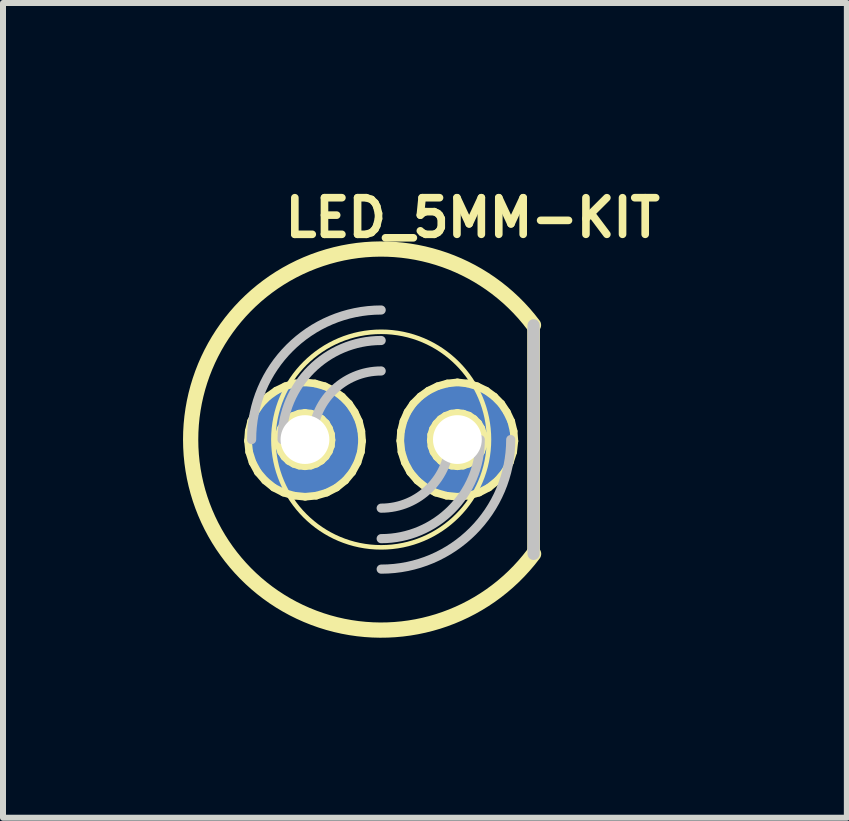
<source format=kicad_pcb>
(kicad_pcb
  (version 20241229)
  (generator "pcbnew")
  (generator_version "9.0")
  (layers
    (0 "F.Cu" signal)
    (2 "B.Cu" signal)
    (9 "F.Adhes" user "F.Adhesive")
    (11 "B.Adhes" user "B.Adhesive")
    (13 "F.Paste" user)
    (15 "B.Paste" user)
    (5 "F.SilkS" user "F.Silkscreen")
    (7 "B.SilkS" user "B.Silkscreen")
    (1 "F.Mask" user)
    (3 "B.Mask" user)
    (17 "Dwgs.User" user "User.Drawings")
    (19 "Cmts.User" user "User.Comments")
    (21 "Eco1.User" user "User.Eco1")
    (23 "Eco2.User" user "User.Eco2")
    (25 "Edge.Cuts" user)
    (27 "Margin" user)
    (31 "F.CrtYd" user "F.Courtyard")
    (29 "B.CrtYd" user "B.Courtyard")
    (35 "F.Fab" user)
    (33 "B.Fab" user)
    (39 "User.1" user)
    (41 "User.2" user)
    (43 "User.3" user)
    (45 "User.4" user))
  (footprint "LED_5MM-KIT"
    (layer "F.Cu")
    (at 3.302 4.275)
    (property "Reference" "LED_5MM-KIT" (at 1.524 -3.696 0) (layer "F.SilkS") (effects (font (size 0.61 0.61) (thickness 0.127))))
    (attr exclude_from_pos_files exclude_from_bom)
    (fp_line (start -2.22 0.02) (end -2.207 -0.142) (stroke (width 0.127) (type solid)) (layer "F.SilkS"))
    (fp_line (start -2.207 -0.142) (end -2.167 -0.307) (stroke (width 0.127) (type solid)) (layer "F.SilkS"))
    (fp_line (start -2.2 0.206) (end -2.22 0.02) (stroke (width 0.127) (type solid)) (layer "F.SilkS"))
    (fp_line (start -2.167 -0.307) (end -2.098 -0.46) (stroke (width 0.127) (type solid)) (layer "F.SilkS"))
    (fp_line (start -2.144 0.381) (end -2.2 0.206) (stroke (width 0.127) (type solid)) (layer "F.SilkS"))
    (fp_line (start -2.098 -0.46) (end -2.004 -0.599) (stroke (width 0.127) (type solid)) (layer "F.SilkS"))
    (fp_line (start -2.055 0.544) (end -2.144 0.381) (stroke (width 0.127) (type solid)) (layer "F.SilkS"))
    (fp_line (start -2.004 -0.599) (end -1.885 -0.719) (stroke (width 0.127) (type solid)) (layer "F.SilkS"))
    (fp_line (start -1.935 0.683) (end -2.055 0.544) (stroke (width 0.127) (type solid)) (layer "F.SilkS"))
    (fp_line (start -1.885 -0.719) (end -1.75 -0.815) (stroke (width 0.127) (type solid)) (layer "F.SilkS"))
    (fp_line (start -1.791 0.8) (end -1.935 0.683) (stroke (width 0.127) (type solid)) (layer "F.SilkS"))
    (fp_line (start -1.75 -0.815) (end -1.598 -0.889) (stroke (width 0.127) (type solid)) (layer "F.SilkS"))
    (fp_line (start -1.714 0.018) (end -1.704 -0.081) (stroke (width 0.127) (type solid)) (layer "F.SilkS"))
    (fp_line (start -1.704 -0.081) (end -1.674 -0.178) (stroke (width 0.127) (type solid)) (layer "F.SilkS"))
    (fp_line (start -1.699 0.114) (end -1.714 0.018) (stroke (width 0.127) (type solid)) (layer "F.SilkS"))
    (fp_line (start -1.674 -0.178) (end -1.621 -0.264) (stroke (width 0.127) (type solid)) (layer "F.SilkS"))
    (fp_line (start -1.666 0.206) (end -1.699 0.114) (stroke (width 0.127) (type solid)) (layer "F.SilkS"))
    (fp_line (start -1.628 0.884) (end -1.791 0.8) (stroke (width 0.127) (type solid)) (layer "F.SilkS"))
    (fp_line (start -1.621 -0.264) (end -1.549 -0.34) (stroke (width 0.127) (type solid)) (layer "F.SilkS"))
    (fp_line (start -1.613 0.287) (end -1.666 0.206) (stroke (width 0.127) (type solid)) (layer "F.SilkS"))
    (fp_line (start -1.598 -0.889) (end -1.435 -0.935) (stroke (width 0.127) (type solid)) (layer "F.SilkS"))
    (fp_line (start -1.549 -0.34) (end -1.466 -0.396) (stroke (width 0.127) (type solid)) (layer "F.SilkS"))
    (fp_line (start -1.542 0.356) (end -1.613 0.287) (stroke (width 0.127) (type solid)) (layer "F.SilkS"))
    (fp_line (start -1.466 -0.396) (end -1.369 -0.432) (stroke (width 0.127) (type solid)) (layer "F.SilkS"))
    (fp_line (start -1.458 0.404) (end -1.542 0.356) (stroke (width 0.127) (type solid)) (layer "F.SilkS"))
    (fp_line (start -1.45 0.935) (end -1.628 0.884) (stroke (width 0.127) (type solid)) (layer "F.SilkS"))
    (fp_line (start -1.435 -0.935) (end -1.27 -0.953) (stroke (width 0.127) (type solid)) (layer "F.SilkS"))
    (fp_line (start -1.369 -0.432) (end -1.27 -0.445) (stroke (width 0.127) (type solid)) (layer "F.SilkS"))
    (fp_line (start -1.367 0.434) (end -1.458 0.404) (stroke (width 0.127) (type solid)) (layer "F.SilkS"))
    (fp_line (start -1.27 -0.953) (end -1.102 -0.935) (stroke (width 0.127) (type solid)) (layer "F.SilkS"))
    (fp_line (start -1.27 -0.445) (end -1.168 -0.432) (stroke (width 0.127) (type solid)) (layer "F.SilkS"))
    (fp_line (start -1.27 0.445) (end -1.367 0.434) (stroke (width 0.127) (type solid)) (layer "F.SilkS"))
    (fp_line (start -1.267 0.953) (end -1.45 0.935) (stroke (width 0.127) (type solid)) (layer "F.SilkS"))
    (fp_line (start -1.171 0.434) (end -1.27 0.445) (stroke (width 0.127) (type solid)) (layer "F.SilkS"))
    (fp_line (start -1.168 -0.432) (end -1.074 -0.399) (stroke (width 0.127) (type solid)) (layer "F.SilkS"))
    (fp_line (start -1.102 -0.935) (end -0.94 -0.889) (stroke (width 0.127) (type solid)) (layer "F.SilkS"))
    (fp_line (start -1.082 0.935) (end -1.267 0.953) (stroke (width 0.127) (type solid)) (layer "F.SilkS"))
    (fp_line (start -1.079 0.401) (end -1.171 0.434) (stroke (width 0.127) (type solid)) (layer "F.SilkS"))
    (fp_line (start -1.074 -0.399) (end -0.991 -0.343) (stroke (width 0.127) (type solid)) (layer "F.SilkS"))
    (fp_line (start -0.996 0.351) (end -1.079 0.401) (stroke (width 0.127) (type solid)) (layer "F.SilkS"))
    (fp_line (start -0.991 -0.343) (end -0.919 -0.272) (stroke (width 0.127) (type solid)) (layer "F.SilkS"))
    (fp_line (start -0.94 -0.889) (end -0.787 -0.815) (stroke (width 0.127) (type solid)) (layer "F.SilkS"))
    (fp_line (start -0.925 0.282) (end -0.996 0.351) (stroke (width 0.127) (type solid)) (layer "F.SilkS"))
    (fp_line (start -0.919 -0.272) (end -0.869 -0.185) (stroke (width 0.127) (type solid)) (layer "F.SilkS"))
    (fp_line (start -0.907 0.884) (end -1.082 0.935) (stroke (width 0.127) (type solid)) (layer "F.SilkS"))
    (fp_line (start -0.871 0.198) (end -0.925 0.282) (stroke (width 0.127) (type solid)) (layer "F.SilkS"))
    (fp_line (start -0.869 -0.185) (end -0.836 -0.089) (stroke (width 0.127) (type solid)) (layer "F.SilkS"))
    (fp_line (start -0.838 0.107) (end -0.871 0.198) (stroke (width 0.127) (type solid)) (layer "F.SilkS"))
    (fp_line (start -0.836 -0.089) (end -0.828 0.008) (stroke (width 0.127) (type solid)) (layer "F.SilkS"))
    (fp_line (start -0.828 0.008) (end -0.838 0.107) (stroke (width 0.127) (type solid)) (layer "F.SilkS"))
    (fp_line (start -0.787 -0.815) (end -0.653 -0.716) (stroke (width 0.127) (type solid)) (layer "F.SilkS"))
    (fp_line (start -0.744 0.8) (end -0.907 0.884) (stroke (width 0.127) (type solid)) (layer "F.SilkS"))
    (fp_line (start -0.653 -0.716) (end -0.536 -0.597) (stroke (width 0.127) (type solid)) (layer "F.SilkS"))
    (fp_line (start -0.599 0.683) (end -0.744 0.8) (stroke (width 0.127) (type solid)) (layer "F.SilkS"))
    (fp_line (start -0.536 -0.597) (end -0.442 -0.457) (stroke (width 0.127) (type solid)) (layer "F.SilkS"))
    (fp_line (start -0.483 0.544) (end -0.599 0.683) (stroke (width 0.127) (type solid)) (layer "F.SilkS"))
    (fp_line (start -0.442 -0.457) (end -0.371 -0.305) (stroke (width 0.127) (type solid)) (layer "F.SilkS"))
    (fp_line (start -0.394 0.381) (end -0.483 0.544) (stroke (width 0.127) (type solid)) (layer "F.SilkS"))
    (fp_line (start -0.371 -0.305) (end -0.33 -0.14) (stroke (width 0.127) (type solid)) (layer "F.SilkS"))
    (fp_line (start -0.338 0.206) (end -0.394 0.381) (stroke (width 0.127) (type solid)) (layer "F.SilkS"))
    (fp_line (start -0.33 -0.14) (end -0.318 0.025) (stroke (width 0.127) (type solid)) (layer "F.SilkS"))
    (fp_line (start -0.318 0.025) (end -0.338 0.206) (stroke (width 0.127) (type solid)) (layer "F.SilkS"))
    (fp_line (start 0.318 0.02) (end 0.33 -0.142) (stroke (width 0.127) (type solid)) (layer "F.SilkS"))
    (fp_line (start 0.33 -0.142) (end 0.371 -0.307) (stroke (width 0.127) (type solid)) (layer "F.SilkS"))
    (fp_line (start 0.338 0.206) (end 0.318 0.02) (stroke (width 0.127) (type solid)) (layer "F.SilkS"))
    (fp_line (start 0.371 -0.307) (end 0.439 -0.46) (stroke (width 0.127) (type solid)) (layer "F.SilkS"))
    (fp_line (start 0.394 0.381) (end 0.338 0.206) (stroke (width 0.127) (type solid)) (layer "F.SilkS"))
    (fp_line (start 0.439 -0.46) (end 0.533 -0.599) (stroke (width 0.127) (type solid)) (layer "F.SilkS"))
    (fp_line (start 0.483 0.544) (end 0.394 0.381) (stroke (width 0.127) (type solid)) (layer "F.SilkS"))
    (fp_line (start 0.533 -0.599) (end 0.653 -0.719) (stroke (width 0.127) (type solid)) (layer "F.SilkS"))
    (fp_line (start 0.602 0.683) (end 0.483 0.544) (stroke (width 0.127) (type solid)) (layer "F.SilkS"))
    (fp_line (start 0.653 -0.719) (end 0.787 -0.815) (stroke (width 0.127) (type solid)) (layer "F.SilkS"))
    (fp_line (start 0.747 0.8) (end 0.602 0.683) (stroke (width 0.127) (type solid)) (layer "F.SilkS"))
    (fp_line (start 0.787 -0.815) (end 0.94 -0.889) (stroke (width 0.127) (type solid)) (layer "F.SilkS"))
    (fp_line (start 0.826 0.018) (end 0.833 -0.081) (stroke (width 0.127) (type solid)) (layer "F.SilkS"))
    (fp_line (start 0.833 -0.081) (end 0.864 -0.178) (stroke (width 0.127) (type solid)) (layer "F.SilkS"))
    (fp_line (start 0.838 0.114) (end 0.826 0.018) (stroke (width 0.127) (type solid)) (layer "F.SilkS"))
    (fp_line (start 0.864 -0.178) (end 0.917 -0.264) (stroke (width 0.127) (type solid)) (layer "F.SilkS"))
    (fp_line (start 0.871 0.206) (end 0.838 0.114) (stroke (width 0.127) (type solid)) (layer "F.SilkS"))
    (fp_line (start 0.909 0.884) (end 0.747 0.8) (stroke (width 0.127) (type solid)) (layer "F.SilkS"))
    (fp_line (start 0.917 -0.264) (end 0.988 -0.34) (stroke (width 0.127) (type solid)) (layer "F.SilkS"))
    (fp_line (start 0.925 0.287) (end 0.871 0.206) (stroke (width 0.127) (type solid)) (layer "F.SilkS"))
    (fp_line (start 0.94 -0.889) (end 1.102 -0.935) (stroke (width 0.127) (type solid)) (layer "F.SilkS"))
    (fp_line (start 0.988 -0.34) (end 1.072 -0.396) (stroke (width 0.127) (type solid)) (layer "F.SilkS"))
    (fp_line (start 0.996 0.356) (end 0.925 0.287) (stroke (width 0.127) (type solid)) (layer "F.SilkS"))
    (fp_line (start 1.072 -0.396) (end 1.168 -0.432) (stroke (width 0.127) (type solid)) (layer "F.SilkS"))
    (fp_line (start 1.079 0.404) (end 0.996 0.356) (stroke (width 0.127) (type solid)) (layer "F.SilkS"))
    (fp_line (start 1.087 0.935) (end 0.909 0.884) (stroke (width 0.127) (type solid)) (layer "F.SilkS"))
    (fp_line (start 1.102 -0.935) (end 1.27 -0.953) (stroke (width 0.127) (type solid)) (layer "F.SilkS"))
    (fp_line (start 1.168 -0.432) (end 1.27 -0.445) (stroke (width 0.127) (type solid)) (layer "F.SilkS"))
    (fp_line (start 1.171 0.434) (end 1.079 0.404) (stroke (width 0.127) (type solid)) (layer "F.SilkS"))
    (fp_line (start 1.27 -0.953) (end 1.435 -0.935) (stroke (width 0.127) (type solid)) (layer "F.SilkS"))
    (fp_line (start 1.27 -0.445) (end 1.369 -0.432) (stroke (width 0.127) (type solid)) (layer "F.SilkS"))
    (fp_line (start 1.27 0.445) (end 1.171 0.434) (stroke (width 0.127) (type solid)) (layer "F.SilkS"))
    (fp_line (start 1.27 0.953) (end 1.087 0.935) (stroke (width 0.127) (type solid)) (layer "F.SilkS"))
    (fp_line (start 1.367 0.434) (end 1.27 0.445) (stroke (width 0.127) (type solid)) (layer "F.SilkS"))
    (fp_line (start 1.369 -0.432) (end 1.463 -0.399) (stroke (width 0.127) (type solid)) (layer "F.SilkS"))
    (fp_line (start 1.435 -0.935) (end 1.598 -0.889) (stroke (width 0.127) (type solid)) (layer "F.SilkS"))
    (fp_line (start 1.455 0.935) (end 1.27 0.953) (stroke (width 0.127) (type solid)) (layer "F.SilkS"))
    (fp_line (start 1.458 0.401) (end 1.367 0.434) (stroke (width 0.127) (type solid)) (layer "F.SilkS"))
    (fp_line (start 1.463 -0.399) (end 1.547 -0.343) (stroke (width 0.127) (type solid)) (layer "F.SilkS"))
    (fp_line (start 1.542 0.351) (end 1.458 0.401) (stroke (width 0.127) (type solid)) (layer "F.SilkS"))
    (fp_line (start 1.547 -0.343) (end 1.618 -0.272) (stroke (width 0.127) (type solid)) (layer "F.SilkS"))
    (fp_line (start 1.598 -0.889) (end 1.75 -0.815) (stroke (width 0.127) (type solid)) (layer "F.SilkS"))
    (fp_line (start 1.613 0.282) (end 1.542 0.351) (stroke (width 0.127) (type solid)) (layer "F.SilkS"))
    (fp_line (start 1.618 -0.272) (end 1.669 -0.185) (stroke (width 0.127) (type solid)) (layer "F.SilkS"))
    (fp_line (start 1.631 0.884) (end 1.455 0.935) (stroke (width 0.127) (type solid)) (layer "F.SilkS"))
    (fp_line (start 1.666 0.198) (end 1.613 0.282) (stroke (width 0.127) (type solid)) (layer "F.SilkS"))
    (fp_line (start 1.669 -0.185) (end 1.702 -0.089) (stroke (width 0.127) (type solid)) (layer "F.SilkS"))
    (fp_line (start 1.699 0.107) (end 1.666 0.198) (stroke (width 0.127) (type solid)) (layer "F.SilkS"))
    (fp_line (start 1.702 -0.089) (end 1.709 0.008) (stroke (width 0.127) (type solid)) (layer "F.SilkS"))
    (fp_line (start 1.709 0.008) (end 1.699 0.107) (stroke (width 0.127) (type solid)) (layer "F.SilkS"))
    (fp_line (start 1.75 -0.815) (end 1.885 -0.716) (stroke (width 0.127) (type solid)) (layer "F.SilkS"))
    (fp_line (start 1.793 0.8) (end 1.631 0.884) (stroke (width 0.127) (type solid)) (layer "F.SilkS"))
    (fp_line (start 1.885 -0.716) (end 2.002 -0.597) (stroke (width 0.127) (type solid)) (layer "F.SilkS"))
    (fp_line (start 1.938 0.683) (end 1.793 0.8) (stroke (width 0.127) (type solid)) (layer "F.SilkS"))
    (fp_line (start 2.002 -0.597) (end 2.095 -0.457) (stroke (width 0.127) (type solid)) (layer "F.SilkS"))
    (fp_line (start 2.055 0.544) (end 1.938 0.683) (stroke (width 0.127) (type solid)) (layer "F.SilkS"))
    (fp_line (start 2.095 -0.457) (end 2.167 -0.305) (stroke (width 0.127) (type solid)) (layer "F.SilkS"))
    (fp_line (start 2.144 0.381) (end 2.055 0.544) (stroke (width 0.127) (type solid)) (layer "F.SilkS"))
    (fp_line (start 2.167 -0.305) (end 2.207 -0.14) (stroke (width 0.127) (type solid)) (layer "F.SilkS"))
    (fp_line (start 2.2 0.206) (end 2.144 0.381) (stroke (width 0.127) (type solid)) (layer "F.SilkS"))
    (fp_line (start 2.207 -0.14) (end 2.22 0.025) (stroke (width 0.127) (type solid)) (layer "F.SilkS"))
    (fp_line (start 2.22 0.025) (end 2.2 0.206) (stroke (width 0.127) (type solid)) (layer "F.SilkS"))
    (fp_line (start 2.54 1.905) (end 2.54 -1.905) (stroke (width 0.203) (type solid)) (layer "F.SilkS"))
    (fp_line (start 2.54 1.905) (end 2.54 -1.905) (stroke (width 0.203) (type solid)) (layer "F.SilkS"))
    (fp_arc (start 2.54 1.905) (mid -3.175 0.001668) (end 2.537997 -1.907668) (stroke (width 0.254) (type solid)) (layer "F.SilkS"))
    (fp_circle (center 0 0) (end -1.27 1.27) (stroke (width 0.076) (type solid)) (fill no) (layer "F.SilkS"))
    (fp_line (start 2.54 1.905) (end 2.54 -1.905) (stroke (width 0.203) (type solid)) (layer "Dwgs.User"))
    (fp_arc (start -2.159 0) (mid -1.526644 -1.526644) (end 0 -2.159) (stroke (width 0.1524) (type solid)) (layer "Dwgs.User"))
    (fp_arc (start -1.651 0) (mid -1.167433 -1.167433) (end 0 -1.651) (stroke (width 0.1524) (type solid)) (layer "Dwgs.User"))
    (fp_arc (start -1.143 0) (mid -0.808223 -0.808223) (end 0 -1.143) (stroke (width 0.1524) (type solid)) (layer "Dwgs.User"))
    (fp_arc (start 1.143 0) (mid 0.808223 0.808223) (end 0 1.143) (stroke (width 0.1524) (type solid)) (layer "Dwgs.User"))
    (fp_arc (start 1.651 0) (mid 1.167433 1.167433) (end 0 1.651) (stroke (width 0.1524) (type solid)) (layer "Dwgs.User"))
    (fp_arc (start 2.159 0) (mid 1.526644 1.526644) (end 0 2.159) (stroke (width 0.1524) (type solid)) (layer "Dwgs.User"))
    (pad "A" thru_hole circle (at -1.27 0) (size 1.88 1.88) (drill 0.813) (layers "*.Cu" "*.Paste" "*.Mask"))
    (pad "K" thru_hole circle (at 1.27 0) (size 1.88 1.88) (drill 0.813) (layers "*.Cu" "*.Paste" "*.Mask")))
  (gr_rect
    (start -3 -3)
    (end 11.062 10.577)
    (stroke (width 0.1) (type default))
    (fill no)
    (layer "Edge.Cuts")))
</source>
